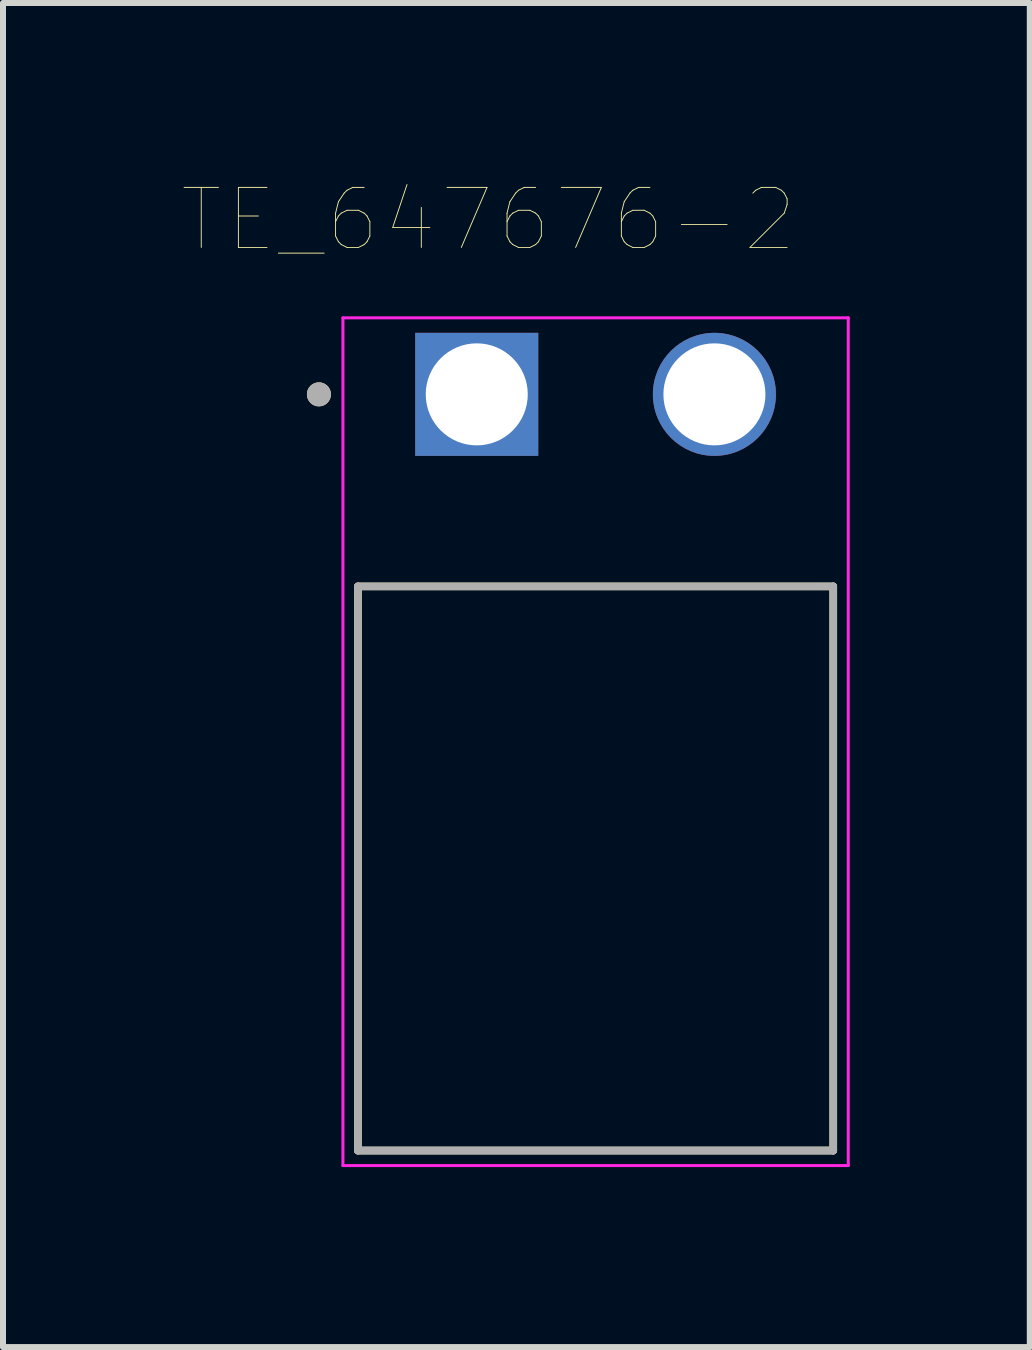
<source format=kicad_pcb>
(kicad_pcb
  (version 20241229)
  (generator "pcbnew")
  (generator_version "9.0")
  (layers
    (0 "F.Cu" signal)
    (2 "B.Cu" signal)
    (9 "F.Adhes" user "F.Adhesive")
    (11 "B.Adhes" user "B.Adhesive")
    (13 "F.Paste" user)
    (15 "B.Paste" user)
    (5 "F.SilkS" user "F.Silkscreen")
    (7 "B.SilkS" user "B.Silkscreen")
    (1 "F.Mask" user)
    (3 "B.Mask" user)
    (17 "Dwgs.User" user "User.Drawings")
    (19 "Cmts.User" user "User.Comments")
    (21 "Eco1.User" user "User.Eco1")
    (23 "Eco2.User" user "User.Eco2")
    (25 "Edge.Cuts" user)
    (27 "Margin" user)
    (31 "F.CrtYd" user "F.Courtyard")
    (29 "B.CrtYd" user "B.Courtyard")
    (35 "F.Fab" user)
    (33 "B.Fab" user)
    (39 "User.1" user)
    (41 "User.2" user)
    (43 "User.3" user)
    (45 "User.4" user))
  (footprint "TE_647676-2"
    (layer "F.Cu")
    (at 4.894 3.521)
    (property "Reference" "TE_647676-2" (at 0.195 -2.91 0) (layer "F.SilkS") (effects (font (size 1 1) (thickness 0.015))))
    (attr through_hole)
    (fp_line (start -1.98 12.6) (end -1.98 3.2) (stroke (width 0.127) (type solid)) (layer "F.SilkS"))
    (fp_line (start 5.94 3.2) (end -1.98 3.2) (stroke (width 0.127) (type solid)) (layer "F.SilkS"))
    (fp_line (start 5.94 3.2) (end 5.94 12.6) (stroke (width 0.127) (type solid)) (layer "F.SilkS"))
    (fp_line (start 5.94 12.6) (end -1.98 12.6) (stroke (width 0.127) (type solid)) (layer "F.SilkS"))
    (fp_circle (center -2.63 0) (end -2.53 0) (stroke (width 0.2) (type solid)) (fill no) (layer "F.SilkS"))
    (fp_line (start -2.23 -1.275) (end 6.19 -1.275) (stroke (width 0.05) (type solid)) (layer "F.CrtYd"))
    (fp_line (start -2.23 12.85) (end -2.23 -1.275) (stroke (width 0.05) (type solid)) (layer "F.CrtYd"))
    (fp_line (start 6.19 -1.275) (end 6.19 12.85) (stroke (width 0.05) (type solid)) (layer "F.CrtYd"))
    (fp_line (start 6.19 12.85) (end -2.23 12.85) (stroke (width 0.05) (type solid)) (layer "F.CrtYd"))
    (fp_line (start -1.98 3.2) (end 5.94 3.2) (stroke (width 0.127) (type solid)) (layer "F.Fab"))
    (fp_line (start -1.98 12.6) (end -1.98 3.2) (stroke (width 0.127) (type solid)) (layer "F.Fab"))
    (fp_line (start -1.98 12.6) (end -1.98 12.6) (stroke (width 0.127) (type solid)) (layer "F.Fab"))
    (fp_line (start -1.98 12.6) (end 5.94 12.6) (stroke (width 0.127) (type solid)) (layer "F.Fab"))
    (fp_line (start 5.94 3.2) (end 5.94 12.6) (stroke (width 0.127) (type solid)) (layer "F.Fab"))
    (fp_line (start 5.94 12.6) (end -1.98 12.6) (stroke (width 0.127) (type solid)) (layer "F.Fab"))
    (fp_line (start 5.94 12.6) (end 5.94 12.6) (stroke (width 0.127) (type solid)) (layer "F.Fab"))
    (fp_circle (center -2.63 0) (end -2.53 0) (stroke (width 0.2) (type solid)) (fill no) (layer "F.Fab"))
    (pad "1" thru_hole rect (at 0 0) (size 2.05 2.05) (drill 1.7) (layers "*.Cu" "*.Mask"))
    (pad "2" thru_hole circle (at 3.96 0) (size 2.05 2.05) (drill 1.7) (layers "*.Cu" "*.Mask")))
  (gr_rect
    (start -3 -3)
    (end 14.109 19.396)
    (stroke (width 0.1) (type default))
    (fill no)
    (layer "Edge.Cuts")))
</source>
